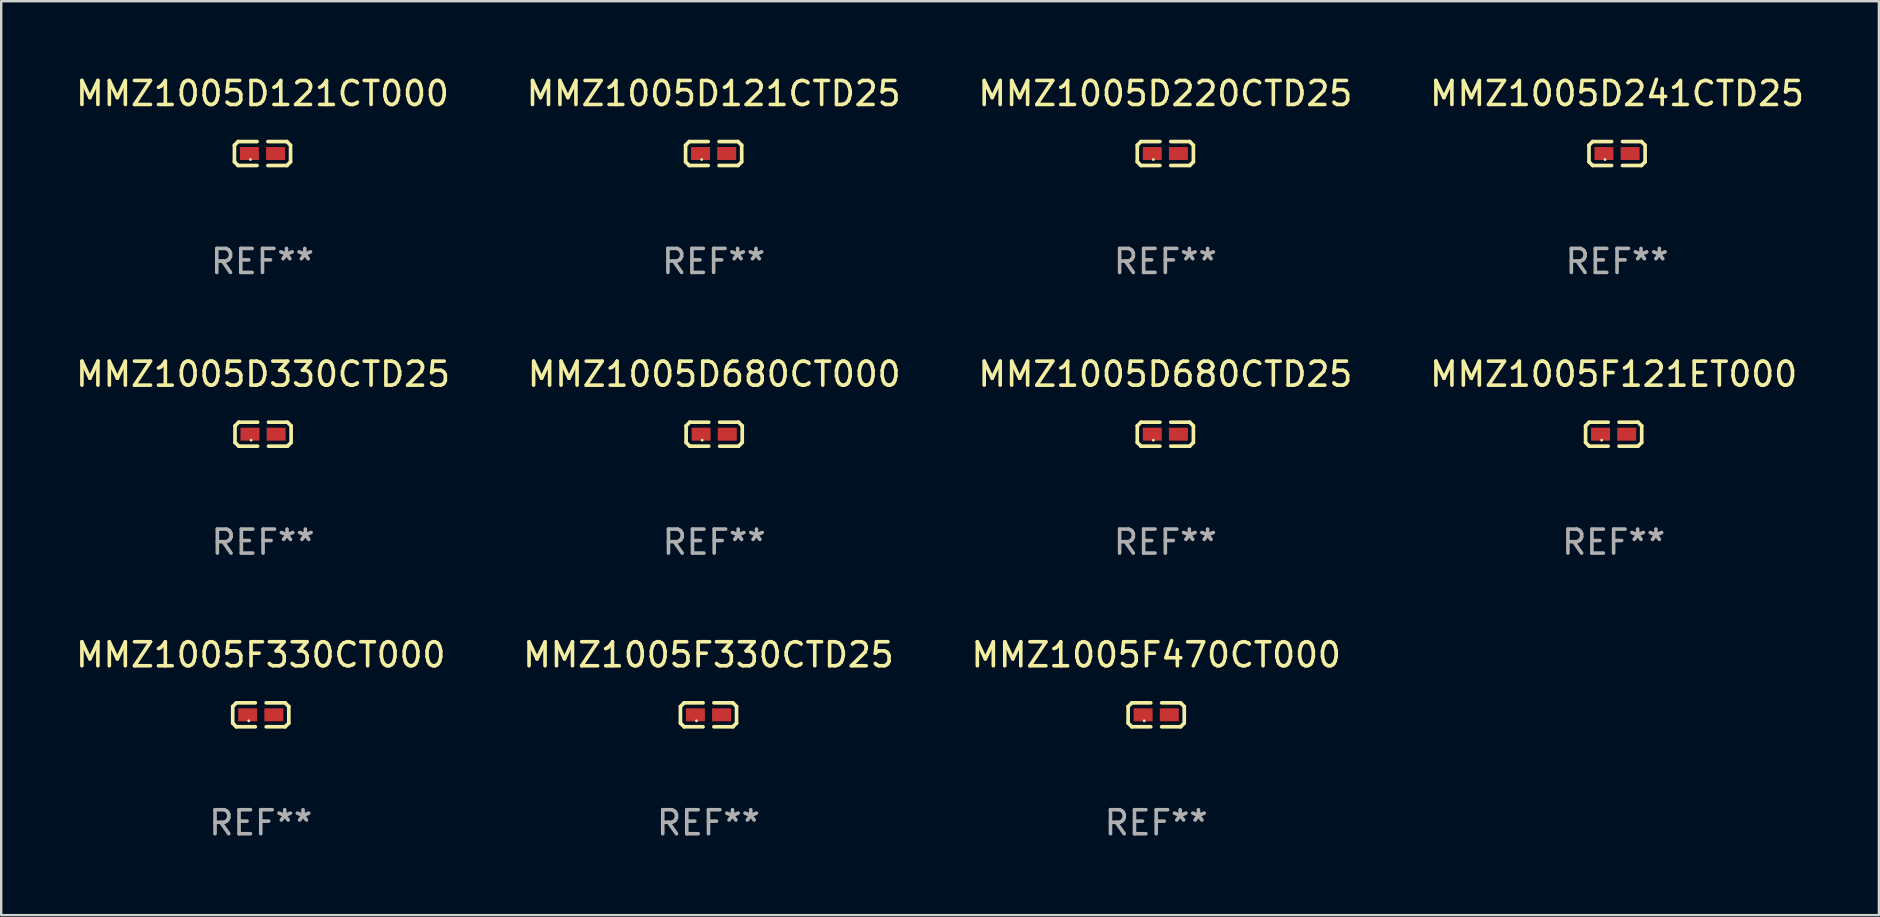
<source format=kicad_pcb>
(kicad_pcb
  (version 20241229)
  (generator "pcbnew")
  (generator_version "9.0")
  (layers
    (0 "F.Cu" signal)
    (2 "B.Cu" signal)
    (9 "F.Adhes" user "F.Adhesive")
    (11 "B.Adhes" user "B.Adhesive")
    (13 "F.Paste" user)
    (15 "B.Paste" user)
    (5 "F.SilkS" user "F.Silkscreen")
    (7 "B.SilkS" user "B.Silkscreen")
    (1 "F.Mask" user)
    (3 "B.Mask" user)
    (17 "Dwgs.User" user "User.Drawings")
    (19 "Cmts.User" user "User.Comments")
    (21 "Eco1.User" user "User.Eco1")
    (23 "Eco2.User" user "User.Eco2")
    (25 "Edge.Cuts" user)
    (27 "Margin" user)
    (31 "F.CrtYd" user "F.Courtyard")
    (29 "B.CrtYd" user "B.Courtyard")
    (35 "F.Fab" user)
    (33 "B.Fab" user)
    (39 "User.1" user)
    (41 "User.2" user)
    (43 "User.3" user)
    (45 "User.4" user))
  (footprint "MMZ1005D680CT000"
    (layer "F.Cu")
    (at 26.708 15.041)
    (property "Reference" "MMZ1005D680CT000" (at 0 -2.499 0) (layer "F.SilkS") (effects (font (size 1 1) (thickness 0.15))))
    (attr through_hole)
    (fp_line (start -1.169 -0.346) (end -1.016 -0.499) (stroke (width 0.152) (type solid)) (layer "F.SilkS"))
    (fp_line (start -1.169 0.346) (end -1.169 -0.346) (stroke (width 0.152) (type solid)) (layer "F.SilkS"))
    (fp_line (start -1.016 -0.499) (end -0.226 -0.499) (stroke (width 0.152) (type solid)) (layer "F.SilkS"))
    (fp_line (start -1.016 0.499) (end -1.169 0.346) (stroke (width 0.152) (type solid)) (layer "F.SilkS"))
    (fp_line (start -0.226 0.499) (end -1.016 0.499) (stroke (width 0.152) (type solid)) (layer "F.SilkS"))
    (fp_line (start 0.226 0.499) (end 1.016 0.499) (stroke (width 0.152) (type solid)) (layer "F.SilkS"))
    (fp_line (start 1.016 -0.499) (end 0.226 -0.499) (stroke (width 0.152) (type solid)) (layer "F.SilkS"))
    (fp_line (start 1.016 0.499) (end 1.169 0.346) (stroke (width 0.152) (type solid)) (layer "F.SilkS"))
    (fp_line (start 1.169 -0.346) (end 1.016 -0.499) (stroke (width 0.152) (type solid)) (layer "F.SilkS"))
    (fp_line (start 1.169 0.346) (end 1.169 -0.346) (stroke (width 0.152) (type solid)) (layer "F.SilkS"))
    (fp_circle (center -0.5 0.25) (end -0.47 0.25) (stroke (width 0.06) (type solid)) (fill no) (layer "F.SilkS"))
    (fp_text user "REF**" (at 0 4.499 0) (layer "F.Fab") (effects (font (size 1 1) (thickness 0.15))))
    (pad "1" smd rect (at -0.545 0) (size 0.79 0.54) (layers "F.Cu" "F.Mask" "F.Paste"))
    (pad "2" smd rect (at 0.545 0) (size 0.79 0.54) (layers "F.Cu" "F.Mask" "F.Paste")))
  (footprint "MMZ1005D220CTD25"
    (layer "F.Cu")
    (at 45.506 3.347)
    (property "Reference" "MMZ1005D220CTD25" (at 0 -2.499 0) (layer "F.SilkS") (effects (font (size 1 1) (thickness 0.15))))
    (attr through_hole)
    (fp_line (start -1.169 -0.346) (end -1.016 -0.499) (stroke (width 0.152) (type solid)) (layer "F.SilkS"))
    (fp_line (start -1.169 0.346) (end -1.169 -0.346) (stroke (width 0.152) (type solid)) (layer "F.SilkS"))
    (fp_line (start -1.016 -0.499) (end -0.226 -0.499) (stroke (width 0.152) (type solid)) (layer "F.SilkS"))
    (fp_line (start -1.016 0.499) (end -1.169 0.346) (stroke (width 0.152) (type solid)) (layer "F.SilkS"))
    (fp_line (start -0.226 0.499) (end -1.016 0.499) (stroke (width 0.152) (type solid)) (layer "F.SilkS"))
    (fp_line (start 0.226 0.499) (end 1.016 0.499) (stroke (width 0.152) (type solid)) (layer "F.SilkS"))
    (fp_line (start 1.016 -0.499) (end 0.226 -0.499) (stroke (width 0.152) (type solid)) (layer "F.SilkS"))
    (fp_line (start 1.016 0.499) (end 1.169 0.346) (stroke (width 0.152) (type solid)) (layer "F.SilkS"))
    (fp_line (start 1.169 -0.346) (end 1.016 -0.499) (stroke (width 0.152) (type solid)) (layer "F.SilkS"))
    (fp_line (start 1.169 0.346) (end 1.169 -0.346) (stroke (width 0.152) (type solid)) (layer "F.SilkS"))
    (fp_circle (center -0.5 0.25) (end -0.47 0.25) (stroke (width 0.06) (type solid)) (fill no) (layer "F.SilkS"))
    (fp_text user "REF**" (at 0 4.499 0) (layer "F.Fab") (effects (font (size 1 1) (thickness 0.15))))
    (pad "1" smd rect (at -0.545 0) (size 0.79 0.54) (layers "F.Cu" "F.Mask" "F.Paste"))
    (pad "2" smd rect (at 0.545 0) (size 0.79 0.54) (layers "F.Cu" "F.Mask" "F.Paste")))
  (footprint "MMZ1005F470CT000"
    (layer "F.Cu")
    (at 45.125 26.734)
    (property "Reference" "MMZ1005F470CT000" (at 0 -2.499 0) (layer "F.SilkS") (effects (font (size 1 1) (thickness 0.15))))
    (attr through_hole)
    (fp_line (start -1.169 -0.346) (end -1.016 -0.499) (stroke (width 0.152) (type solid)) (layer "F.SilkS"))
    (fp_line (start -1.169 0.346) (end -1.169 -0.346) (stroke (width 0.152) (type solid)) (layer "F.SilkS"))
    (fp_line (start -1.016 -0.499) (end -0.226 -0.499) (stroke (width 0.152) (type solid)) (layer "F.SilkS"))
    (fp_line (start -1.016 0.499) (end -1.169 0.346) (stroke (width 0.152) (type solid)) (layer "F.SilkS"))
    (fp_line (start -0.226 0.499) (end -1.016 0.499) (stroke (width 0.152) (type solid)) (layer "F.SilkS"))
    (fp_line (start 0.226 0.499) (end 1.016 0.499) (stroke (width 0.152) (type solid)) (layer "F.SilkS"))
    (fp_line (start 1.016 -0.499) (end 0.226 -0.499) (stroke (width 0.152) (type solid)) (layer "F.SilkS"))
    (fp_line (start 1.016 0.499) (end 1.169 0.346) (stroke (width 0.152) (type solid)) (layer "F.SilkS"))
    (fp_line (start 1.169 -0.346) (end 1.016 -0.499) (stroke (width 0.152) (type solid)) (layer "F.SilkS"))
    (fp_line (start 1.169 0.346) (end 1.169 -0.346) (stroke (width 0.152) (type solid)) (layer "F.SilkS"))
    (fp_circle (center -0.5 0.25) (end -0.47 0.25) (stroke (width 0.06) (type solid)) (fill no) (layer "F.SilkS"))
    (fp_text user "REF**" (at 0 4.499 0) (layer "F.Fab") (effects (font (size 1 1) (thickness 0.15))))
    (pad "1" smd rect (at -0.545 0) (size 0.79 0.54) (layers "F.Cu" "F.Mask" "F.Paste"))
    (pad "2" smd rect (at 0.545 0) (size 0.79 0.54) (layers "F.Cu" "F.Mask" "F.Paste")))
  (footprint "MMZ1005D121CTD25"
    (layer "F.Cu")
    (at 26.685 3.347)
    (property "Reference" "MMZ1005D121CTD25" (at 0 -2.499 0) (layer "F.SilkS") (effects (font (size 1 1) (thickness 0.15))))
    (attr through_hole)
    (fp_line (start -1.169 -0.346) (end -1.016 -0.499) (stroke (width 0.152) (type solid)) (layer "F.SilkS"))
    (fp_line (start -1.169 0.346) (end -1.169 -0.346) (stroke (width 0.152) (type solid)) (layer "F.SilkS"))
    (fp_line (start -1.016 -0.499) (end -0.226 -0.499) (stroke (width 0.152) (type solid)) (layer "F.SilkS"))
    (fp_line (start -1.016 0.499) (end -1.169 0.346) (stroke (width 0.152) (type solid)) (layer "F.SilkS"))
    (fp_line (start -0.226 0.499) (end -1.016 0.499) (stroke (width 0.152) (type solid)) (layer "F.SilkS"))
    (fp_line (start 0.226 0.499) (end 1.016 0.499) (stroke (width 0.152) (type solid)) (layer "F.SilkS"))
    (fp_line (start 1.016 -0.499) (end 0.226 -0.499) (stroke (width 0.152) (type solid)) (layer "F.SilkS"))
    (fp_line (start 1.016 0.499) (end 1.169 0.346) (stroke (width 0.152) (type solid)) (layer "F.SilkS"))
    (fp_line (start 1.169 -0.346) (end 1.016 -0.499) (stroke (width 0.152) (type solid)) (layer "F.SilkS"))
    (fp_line (start 1.169 0.346) (end 1.169 -0.346) (stroke (width 0.152) (type solid)) (layer "F.SilkS"))
    (fp_circle (center -0.5 0.25) (end -0.47 0.25) (stroke (width 0.06) (type solid)) (fill no) (layer "F.SilkS"))
    (fp_text user "REF**" (at 0 4.499 0) (layer "F.Fab") (effects (font (size 1 1) (thickness 0.15))))
    (pad "1" smd rect (at -0.545 0) (size 0.79 0.54) (layers "F.Cu" "F.Mask" "F.Paste"))
    (pad "2" smd rect (at 0.545 0) (size 0.79 0.54) (layers "F.Cu" "F.Mask" "F.Paste")))
  (footprint "MMZ1005F121ET000"
    (layer "F.Cu")
    (at 64.185 15.041)
    (property "Reference" "MMZ1005F121ET000" (at 0 -2.499 0) (layer "F.SilkS") (effects (font (size 1 1) (thickness 0.15))))
    (attr through_hole)
    (fp_line (start -1.169 -0.346) (end -1.016 -0.499) (stroke (width 0.152) (type solid)) (layer "F.SilkS"))
    (fp_line (start -1.169 0.346) (end -1.169 -0.346) (stroke (width 0.152) (type solid)) (layer "F.SilkS"))
    (fp_line (start -1.016 -0.499) (end -0.226 -0.499) (stroke (width 0.152) (type solid)) (layer "F.SilkS"))
    (fp_line (start -1.016 0.499) (end -1.169 0.346) (stroke (width 0.152) (type solid)) (layer "F.SilkS"))
    (fp_line (start -0.226 0.499) (end -1.016 0.499) (stroke (width 0.152) (type solid)) (layer "F.SilkS"))
    (fp_line (start 0.226 0.499) (end 1.016 0.499) (stroke (width 0.152) (type solid)) (layer "F.SilkS"))
    (fp_line (start 1.016 -0.499) (end 0.226 -0.499) (stroke (width 0.152) (type solid)) (layer "F.SilkS"))
    (fp_line (start 1.016 0.499) (end 1.169 0.346) (stroke (width 0.152) (type solid)) (layer "F.SilkS"))
    (fp_line (start 1.169 -0.346) (end 1.016 -0.499) (stroke (width 0.152) (type solid)) (layer "F.SilkS"))
    (fp_line (start 1.169 0.346) (end 1.169 -0.346) (stroke (width 0.152) (type solid)) (layer "F.SilkS"))
    (fp_circle (center -0.5 0.25) (end -0.47 0.25) (stroke (width 0.06) (type solid)) (fill no) (layer "F.SilkS"))
    (fp_text user "REF**" (at 0 4.499 0) (layer "F.Fab") (effects (font (size 1 1) (thickness 0.15))))
    (pad "1" smd rect (at -0.545 0) (size 0.79 0.54) (layers "F.Cu" "F.Mask" "F.Paste"))
    (pad "2" smd rect (at 0.545 0) (size 0.79 0.54) (layers "F.Cu" "F.Mask" "F.Paste")))
  (footprint "MMZ1005D680CTD25"
    (layer "F.Cu")
    (at 45.506 15.041)
    (property "Reference" "MMZ1005D680CTD25" (at 0 -2.499 0) (layer "F.SilkS") (effects (font (size 1 1) (thickness 0.15))))
    (attr through_hole)
    (fp_line (start -1.169 -0.346) (end -1.016 -0.499) (stroke (width 0.152) (type solid)) (layer "F.SilkS"))
    (fp_line (start -1.169 0.346) (end -1.169 -0.346) (stroke (width 0.152) (type solid)) (layer "F.SilkS"))
    (fp_line (start -1.016 -0.499) (end -0.226 -0.499) (stroke (width 0.152) (type solid)) (layer "F.SilkS"))
    (fp_line (start -1.016 0.499) (end -1.169 0.346) (stroke (width 0.152) (type solid)) (layer "F.SilkS"))
    (fp_line (start -0.226 0.499) (end -1.016 0.499) (stroke (width 0.152) (type solid)) (layer "F.SilkS"))
    (fp_line (start 0.226 0.499) (end 1.016 0.499) (stroke (width 0.152) (type solid)) (layer "F.SilkS"))
    (fp_line (start 1.016 -0.499) (end 0.226 -0.499) (stroke (width 0.152) (type solid)) (layer "F.SilkS"))
    (fp_line (start 1.016 0.499) (end 1.169 0.346) (stroke (width 0.152) (type solid)) (layer "F.SilkS"))
    (fp_line (start 1.169 -0.346) (end 1.016 -0.499) (stroke (width 0.152) (type solid)) (layer "F.SilkS"))
    (fp_line (start 1.169 0.346) (end 1.169 -0.346) (stroke (width 0.152) (type solid)) (layer "F.SilkS"))
    (fp_circle (center -0.5 0.25) (end -0.47 0.25) (stroke (width 0.06) (type solid)) (fill no) (layer "F.SilkS"))
    (fp_text user "REF**" (at 0 4.499 0) (layer "F.Fab") (effects (font (size 1 1) (thickness 0.15))))
    (pad "1" smd rect (at -0.545 0) (size 0.79 0.54) (layers "F.Cu" "F.Mask" "F.Paste"))
    (pad "2" smd rect (at 0.545 0) (size 0.79 0.54) (layers "F.Cu" "F.Mask" "F.Paste")))
  (footprint "MMZ1005F330CTD25"
    (layer "F.Cu")
    (at 26.47 26.734)
    (property "Reference" "MMZ1005F330CTD25" (at 0 -2.499 0) (layer "F.SilkS") (effects (font (size 1 1) (thickness 0.15))))
    (attr through_hole)
    (fp_line (start -1.169 -0.346) (end -1.016 -0.499) (stroke (width 0.152) (type solid)) (layer "F.SilkS"))
    (fp_line (start -1.169 0.346) (end -1.169 -0.346) (stroke (width 0.152) (type solid)) (layer "F.SilkS"))
    (fp_line (start -1.016 -0.499) (end -0.226 -0.499) (stroke (width 0.152) (type solid)) (layer "F.SilkS"))
    (fp_line (start -1.016 0.499) (end -1.169 0.346) (stroke (width 0.152) (type solid)) (layer "F.SilkS"))
    (fp_line (start -0.226 0.499) (end -1.016 0.499) (stroke (width 0.152) (type solid)) (layer "F.SilkS"))
    (fp_line (start 0.226 0.499) (end 1.016 0.499) (stroke (width 0.152) (type solid)) (layer "F.SilkS"))
    (fp_line (start 1.016 -0.499) (end 0.226 -0.499) (stroke (width 0.152) (type solid)) (layer "F.SilkS"))
    (fp_line (start 1.016 0.499) (end 1.169 0.346) (stroke (width 0.152) (type solid)) (layer "F.SilkS"))
    (fp_line (start 1.169 -0.346) (end 1.016 -0.499) (stroke (width 0.152) (type solid)) (layer "F.SilkS"))
    (fp_line (start 1.169 0.346) (end 1.169 -0.346) (stroke (width 0.152) (type solid)) (layer "F.SilkS"))
    (fp_circle (center -0.5 0.25) (end -0.47 0.25) (stroke (width 0.06) (type solid)) (fill no) (layer "F.SilkS"))
    (fp_text user "REF**" (at 0 4.499 0) (layer "F.Fab") (effects (font (size 1 1) (thickness 0.15))))
    (pad "1" smd rect (at -0.545 0) (size 0.79 0.54) (layers "F.Cu" "F.Mask" "F.Paste"))
    (pad "2" smd rect (at 0.545 0) (size 0.79 0.54) (layers "F.Cu" "F.Mask" "F.Paste")))
  (footprint "MMZ1005D241CTD25"
    (layer "F.Cu")
    (at 64.327 3.347)
    (property "Reference" "MMZ1005D241CTD25" (at 0 -2.499 0) (layer "F.SilkS") (effects (font (size 1 1) (thickness 0.15))))
    (attr through_hole)
    (fp_line (start -1.169 -0.346) (end -1.016 -0.499) (stroke (width 0.152) (type solid)) (layer "F.SilkS"))
    (fp_line (start -1.169 0.346) (end -1.169 -0.346) (stroke (width 0.152) (type solid)) (layer "F.SilkS"))
    (fp_line (start -1.016 -0.499) (end -0.226 -0.499) (stroke (width 0.152) (type solid)) (layer "F.SilkS"))
    (fp_line (start -1.016 0.499) (end -1.169 0.346) (stroke (width 0.152) (type solid)) (layer "F.SilkS"))
    (fp_line (start -0.226 0.499) (end -1.016 0.499) (stroke (width 0.152) (type solid)) (layer "F.SilkS"))
    (fp_line (start 0.226 0.499) (end 1.016 0.499) (stroke (width 0.152) (type solid)) (layer "F.SilkS"))
    (fp_line (start 1.016 -0.499) (end 0.226 -0.499) (stroke (width 0.152) (type solid)) (layer "F.SilkS"))
    (fp_line (start 1.016 0.499) (end 1.169 0.346) (stroke (width 0.152) (type solid)) (layer "F.SilkS"))
    (fp_line (start 1.169 -0.346) (end 1.016 -0.499) (stroke (width 0.152) (type solid)) (layer "F.SilkS"))
    (fp_line (start 1.169 0.346) (end 1.169 -0.346) (stroke (width 0.152) (type solid)) (layer "F.SilkS"))
    (fp_circle (center -0.5 0.25) (end -0.47 0.25) (stroke (width 0.06) (type solid)) (fill no) (layer "F.SilkS"))
    (fp_text user "REF**" (at 0 4.499 0) (layer "F.Fab") (effects (font (size 1 1) (thickness 0.15))))
    (pad "1" smd rect (at -0.545 0) (size 0.79 0.54) (layers "F.Cu" "F.Mask" "F.Paste"))
    (pad "2" smd rect (at 0.545 0) (size 0.79 0.54) (layers "F.Cu" "F.Mask" "F.Paste")))
  (footprint "MMZ1005D121CT000"
    (layer "F.Cu")
    (at 7.887 3.347)
    (property "Reference" "MMZ1005D121CT000" (at 0 -2.499 0) (layer "F.SilkS") (effects (font (size 1 1) (thickness 0.15))))
    (attr through_hole)
    (fp_line (start -1.169 -0.346) (end -1.016 -0.499) (stroke (width 0.152) (type solid)) (layer "F.SilkS"))
    (fp_line (start -1.169 0.346) (end -1.169 -0.346) (stroke (width 0.152) (type solid)) (layer "F.SilkS"))
    (fp_line (start -1.016 -0.499) (end -0.226 -0.499) (stroke (width 0.152) (type solid)) (layer "F.SilkS"))
    (fp_line (start -1.016 0.499) (end -1.169 0.346) (stroke (width 0.152) (type solid)) (layer "F.SilkS"))
    (fp_line (start -0.226 0.499) (end -1.016 0.499) (stroke (width 0.152) (type solid)) (layer "F.SilkS"))
    (fp_line (start 0.226 0.499) (end 1.016 0.499) (stroke (width 0.152) (type solid)) (layer "F.SilkS"))
    (fp_line (start 1.016 -0.499) (end 0.226 -0.499) (stroke (width 0.152) (type solid)) (layer "F.SilkS"))
    (fp_line (start 1.016 0.499) (end 1.169 0.346) (stroke (width 0.152) (type solid)) (layer "F.SilkS"))
    (fp_line (start 1.169 -0.346) (end 1.016 -0.499) (stroke (width 0.152) (type solid)) (layer "F.SilkS"))
    (fp_line (start 1.169 0.346) (end 1.169 -0.346) (stroke (width 0.152) (type solid)) (layer "F.SilkS"))
    (fp_circle (center -0.5 0.25) (end -0.47 0.25) (stroke (width 0.06) (type solid)) (fill no) (layer "F.SilkS"))
    (fp_text user "REF**" (at 0 4.499 0) (layer "F.Fab") (effects (font (size 1 1) (thickness 0.15))))
    (pad "1" smd rect (at -0.545 0) (size 0.79 0.54) (layers "F.Cu" "F.Mask" "F.Paste"))
    (pad "2" smd rect (at 0.545 0) (size 0.79 0.54) (layers "F.Cu" "F.Mask" "F.Paste")))
  (footprint "MMZ1005F330CT000"
    (layer "F.Cu")
    (at 7.815 26.734)
    (property "Reference" "MMZ1005F330CT000" (at 0 -2.499 0) (layer "F.SilkS") (effects (font (size 1 1) (thickness 0.15))))
    (attr through_hole)
    (fp_line (start -1.169 -0.346) (end -1.016 -0.499) (stroke (width 0.152) (type solid)) (layer "F.SilkS"))
    (fp_line (start -1.169 0.346) (end -1.169 -0.346) (stroke (width 0.152) (type solid)) (layer "F.SilkS"))
    (fp_line (start -1.016 -0.499) (end -0.226 -0.499) (stroke (width 0.152) (type solid)) (layer "F.SilkS"))
    (fp_line (start -1.016 0.499) (end -1.169 0.346) (stroke (width 0.152) (type solid)) (layer "F.SilkS"))
    (fp_line (start -0.226 0.499) (end -1.016 0.499) (stroke (width 0.152) (type solid)) (layer "F.SilkS"))
    (fp_line (start 0.226 0.499) (end 1.016 0.499) (stroke (width 0.152) (type solid)) (layer "F.SilkS"))
    (fp_line (start 1.016 -0.499) (end 0.226 -0.499) (stroke (width 0.152) (type solid)) (layer "F.SilkS"))
    (fp_line (start 1.016 0.499) (end 1.169 0.346) (stroke (width 0.152) (type solid)) (layer "F.SilkS"))
    (fp_line (start 1.169 -0.346) (end 1.016 -0.499) (stroke (width 0.152) (type solid)) (layer "F.SilkS"))
    (fp_line (start 1.169 0.346) (end 1.169 -0.346) (stroke (width 0.152) (type solid)) (layer "F.SilkS"))
    (fp_circle (center -0.5 0.25) (end -0.47 0.25) (stroke (width 0.06) (type solid)) (fill no) (layer "F.SilkS"))
    (fp_text user "REF**" (at 0 4.499 0) (layer "F.Fab") (effects (font (size 1 1) (thickness 0.15))))
    (pad "1" smd rect (at -0.545 0) (size 0.79 0.54) (layers "F.Cu" "F.Mask" "F.Paste"))
    (pad "2" smd rect (at 0.545 0) (size 0.79 0.54) (layers "F.Cu" "F.Mask" "F.Paste")))
  (footprint "MMZ1005D330CTD25"
    (layer "F.Cu")
    (at 7.911 15.041)
    (property "Reference" "MMZ1005D330CTD25" (at 0 -2.499 0) (layer "F.SilkS") (effects (font (size 1 1) (thickness 0.15))))
    (attr through_hole)
    (fp_line (start -1.169 -0.346) (end -1.016 -0.499) (stroke (width 0.152) (type solid)) (layer "F.SilkS"))
    (fp_line (start -1.169 0.346) (end -1.169 -0.346) (stroke (width 0.152) (type solid)) (layer "F.SilkS"))
    (fp_line (start -1.016 -0.499) (end -0.226 -0.499) (stroke (width 0.152) (type solid)) (layer "F.SilkS"))
    (fp_line (start -1.016 0.499) (end -1.169 0.346) (stroke (width 0.152) (type solid)) (layer "F.SilkS"))
    (fp_line (start -0.226 0.499) (end -1.016 0.499) (stroke (width 0.152) (type solid)) (layer "F.SilkS"))
    (fp_line (start 0.226 0.499) (end 1.016 0.499) (stroke (width 0.152) (type solid)) (layer "F.SilkS"))
    (fp_line (start 1.016 -0.499) (end 0.226 -0.499) (stroke (width 0.152) (type solid)) (layer "F.SilkS"))
    (fp_line (start 1.016 0.499) (end 1.169 0.346) (stroke (width 0.152) (type solid)) (layer "F.SilkS"))
    (fp_line (start 1.169 -0.346) (end 1.016 -0.499) (stroke (width 0.152) (type solid)) (layer "F.SilkS"))
    (fp_line (start 1.169 0.346) (end 1.169 -0.346) (stroke (width 0.152) (type solid)) (layer "F.SilkS"))
    (fp_circle (center -0.5 0.25) (end -0.47 0.25) (stroke (width 0.06) (type solid)) (fill no) (layer "F.SilkS"))
    (fp_text user "REF**" (at 0 4.499 0) (layer "F.Fab") (effects (font (size 1 1) (thickness 0.15))))
    (pad "1" smd rect (at -0.545 0) (size 0.79 0.54) (layers "F.Cu" "F.Mask" "F.Paste"))
    (pad "2" smd rect (at 0.545 0) (size 0.79 0.54) (layers "F.Cu" "F.Mask" "F.Paste")))
  (gr_rect
    (start -3 -3)
    (end 75.238 35.081)
    (stroke (width 0.1) (type default))
    (fill no)
    (layer "Edge.Cuts")))
</source>
